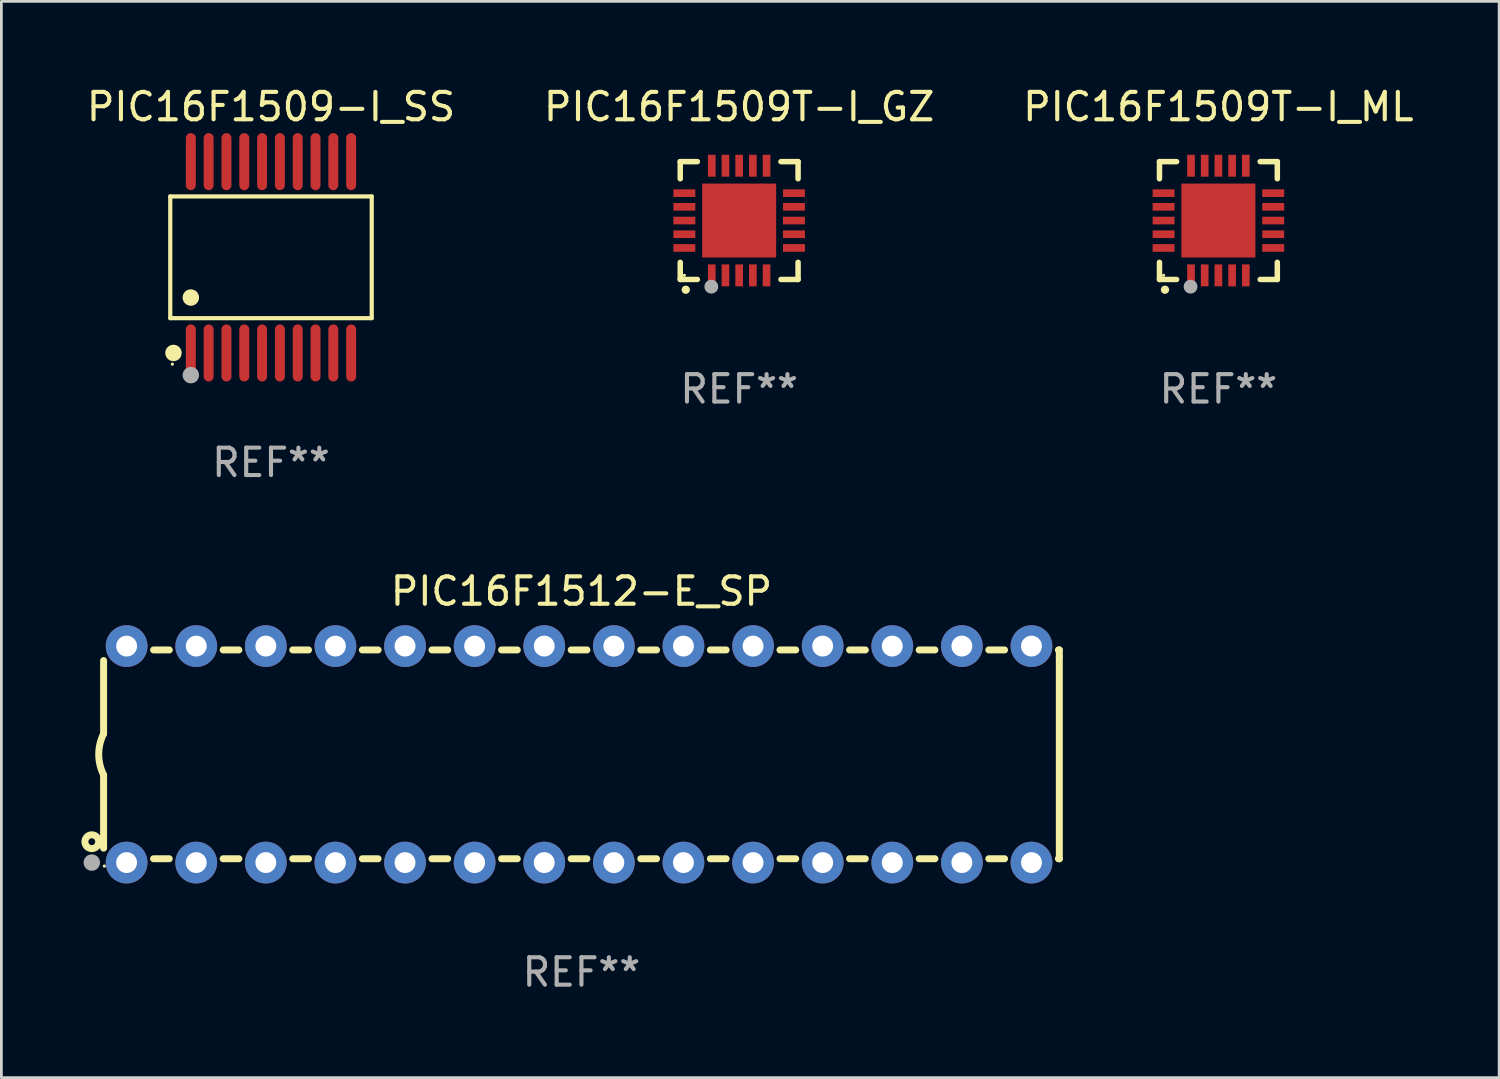
<source format=kicad_pcb>
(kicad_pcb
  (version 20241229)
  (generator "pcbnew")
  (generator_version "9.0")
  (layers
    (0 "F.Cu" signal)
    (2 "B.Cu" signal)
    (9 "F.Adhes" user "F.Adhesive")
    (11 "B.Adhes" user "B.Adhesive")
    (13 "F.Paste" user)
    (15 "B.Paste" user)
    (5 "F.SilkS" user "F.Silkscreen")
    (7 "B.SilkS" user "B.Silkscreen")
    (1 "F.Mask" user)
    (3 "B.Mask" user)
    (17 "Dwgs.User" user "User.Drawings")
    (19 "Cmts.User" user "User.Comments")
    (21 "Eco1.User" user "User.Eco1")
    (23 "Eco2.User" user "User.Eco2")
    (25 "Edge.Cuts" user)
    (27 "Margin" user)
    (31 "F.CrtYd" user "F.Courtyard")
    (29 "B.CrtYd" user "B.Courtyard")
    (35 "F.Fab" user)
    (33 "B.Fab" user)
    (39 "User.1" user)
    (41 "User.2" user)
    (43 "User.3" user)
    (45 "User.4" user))
  (footprint "PIC16F1509T-I_GZ"
    (layer "F.Cu")
    (at 23.923 4.998)
    (property "Reference" "PIC16F1509T-I_GZ" (at 0 -4.15 0) (layer "F.SilkS") (effects (font (size 1 1) (thickness 0.15))))
    (attr through_hole)
    (fp_line (start -2.15 -2.15) (end -2.15 -1.525) (stroke (width 0.2) (type solid)) (layer "F.SilkS"))
    (fp_line (start -2.15 2.15) (end -2.15 1.525) (stroke (width 0.2) (type solid)) (layer "F.SilkS"))
    (fp_line (start -1.525 -2.15) (end -2.15 -2.15) (stroke (width 0.2) (type solid)) (layer "F.SilkS"))
    (fp_line (start -1.525 2.15) (end -2.15 2.15) (stroke (width 0.2) (type solid)) (layer "F.SilkS"))
    (fp_line (start 1.525 2.15) (end 2.15 2.15) (stroke (width 0.2) (type solid)) (layer "F.SilkS"))
    (fp_line (start 2.15 -2.15) (end 1.525 -2.15) (stroke (width 0.2) (type solid)) (layer "F.SilkS"))
    (fp_line (start 2.15 -1.525) (end 2.15 -2.15) (stroke (width 0.2) (type solid)) (layer "F.SilkS"))
    (fp_line (start 2.15 2.15) (end 2.15 1.525) (stroke (width 0.2) (type solid)) (layer "F.SilkS"))
    (fp_arc (start -1.950724 2.524765) (mid -1.949454 2.52476) (end -1.948184 2.524765) (stroke (width 0.3) (type solid)) (layer "F.SilkS"))
    (fp_circle (center -2 2) (end -1.97 2) (stroke (width 0.06) (type solid)) (fill no) (layer "F.SilkS"))
    (fp_circle (center -1.016 2.413) (end -0.889 2.413) (stroke (width 0.254) (type solid)) (fill no) (layer "F.Fab"))
    (fp_text user "REF**" (at 0 6.15 0) (layer "F.Fab") (effects (font (size 1 1) (thickness 0.15))))
    (pad "1" smd rect (at -1 2 180) (size 0.28 0.8) (layers "F.Cu" "F.Mask" "F.Paste"))
    (pad "2" smd rect (at -0.5 2 180) (size 0.28 0.8) (layers "F.Cu" "F.Mask" "F.Paste"))
    (pad "3" smd rect (at 0 2 180) (size 0.28 0.8) (layers "F.Cu" "F.Mask" "F.Paste"))
    (pad "4" smd rect (at 0.5 2 180) (size 0.28 0.8) (layers "F.Cu" "F.Mask" "F.Paste"))
    (pad "5" smd rect (at 1 2 180) (size 0.28 0.8) (layers "F.Cu" "F.Mask" "F.Paste"))
    (pad "6" smd rect (at 2 1 90) (size 0.28 0.8) (layers "F.Cu" "F.Mask" "F.Paste"))
    (pad "7" smd rect (at 2 0.5 90) (size 0.28 0.8) (layers "F.Cu" "F.Mask" "F.Paste"))
    (pad "8" smd rect (at 2 0 90) (size 0.28 0.8) (layers "F.Cu" "F.Mask" "F.Paste"))
    (pad "9" smd rect (at 2 -0.5 90) (size 0.28 0.8) (layers "F.Cu" "F.Mask" "F.Paste"))
    (pad "10" smd rect (at 2 -1 90) (size 0.28 0.8) (layers "F.Cu" "F.Mask" "F.Paste"))
    (pad "11" smd rect (at 1 -2 180) (size 0.28 0.8) (layers "F.Cu" "F.Mask" "F.Paste"))
    (pad "12" smd rect (at 0.5 -2 180) (size 0.28 0.8) (layers "F.Cu" "F.Mask" "F.Paste"))
    (pad "13" smd rect (at 0 -2 180) (size 0.28 0.8) (layers "F.Cu" "F.Mask" "F.Paste"))
    (pad "14" smd rect (at -0.5 -2 180) (size 0.28 0.8) (layers "F.Cu" "F.Mask" "F.Paste"))
    (pad "15" smd rect (at -1 -2 180) (size 0.28 0.8) (layers "F.Cu" "F.Mask" "F.Paste"))
    (pad "16" smd rect (at -2 -1 90) (size 0.28 0.8) (layers "F.Cu" "F.Mask" "F.Paste"))
    (pad "17" smd rect (at -2 -0.5 90) (size 0.28 0.8) (layers "F.Cu" "F.Mask" "F.Paste"))
    (pad "18" smd rect (at -2 0 90) (size 0.28 0.8) (layers "F.Cu" "F.Mask" "F.Paste"))
    (pad "19" smd rect (at -2 0.5 90) (size 0.28 0.8) (layers "F.Cu" "F.Mask" "F.Paste"))
    (pad "20" smd rect (at -2 1 90) (size 0.28 0.8) (layers "F.Cu" "F.Mask" "F.Paste"))
    (pad "21" smd rect (at 0 0 90) (size 2.7 2.7) (layers "F.Cu" "F.Mask" "F.Paste")))
  (footprint "PIC16F1512-E_SP"
    (layer "F.Cu")
    (at 18.168 24.477)
    (property "Reference" "PIC16F1512-E_SP" (at 0 -5.95 0) (layer "F.SilkS") (effects (font (size 1 1) (thickness 0.15))))
    (attr through_hole)
    (fp_line (start -17.438 0.75) (end -17.438 3.423) (stroke (width 0.254) (type solid)) (layer "F.SilkS"))
    (fp_line (start -17.438 -3.423) (end -17.438 -0.75) (stroke (width 0.254) (type solid)) (layer "F.SilkS"))
    (fp_line (start -15.615 3.81) (end -15.041 3.81) (stroke (width 0.254) (type solid)) (layer "F.SilkS"))
    (fp_line (start -15.041 -3.81) (end -15.614 -3.81) (stroke (width 0.254) (type solid)) (layer "F.SilkS"))
    (fp_line (start -13.075 3.81) (end -12.501 3.81) (stroke (width 0.254) (type solid)) (layer "F.SilkS"))
    (fp_line (start -12.501 -3.81) (end -13.074 -3.81) (stroke (width 0.254) (type solid)) (layer "F.SilkS"))
    (fp_line (start -10.535 3.81) (end -9.961 3.81) (stroke (width 0.254) (type solid)) (layer "F.SilkS"))
    (fp_line (start -9.961 -3.81) (end -10.534 -3.81) (stroke (width 0.254) (type solid)) (layer "F.SilkS"))
    (fp_line (start -7.995 3.81) (end -7.421 3.81) (stroke (width 0.254) (type solid)) (layer "F.SilkS"))
    (fp_line (start -7.421 -3.81) (end -7.995 -3.81) (stroke (width 0.254) (type solid)) (layer "F.SilkS"))
    (fp_line (start -5.455 3.81) (end -4.881 3.81) (stroke (width 0.254) (type solid)) (layer "F.SilkS"))
    (fp_line (start -4.881 -3.81) (end -5.455 -3.81) (stroke (width 0.254) (type solid)) (layer "F.SilkS"))
    (fp_line (start -2.915 3.81) (end -2.341 3.81) (stroke (width 0.254) (type solid)) (layer "F.SilkS"))
    (fp_line (start -2.341 -3.81) (end -2.915 -3.81) (stroke (width 0.254) (type solid)) (layer "F.SilkS"))
    (fp_line (start -0.375 3.81) (end 0.199 3.81) (stroke (width 0.254) (type solid)) (layer "F.SilkS"))
    (fp_line (start 0.199 -3.81) (end -0.375 -3.81) (stroke (width 0.254) (type solid)) (layer "F.SilkS"))
    (fp_line (start 2.165 3.81) (end 2.739 3.81) (stroke (width 0.254) (type solid)) (layer "F.SilkS"))
    (fp_line (start 2.739 -3.81) (end 2.165 -3.81) (stroke (width 0.254) (type solid)) (layer "F.SilkS"))
    (fp_line (start 4.705 3.81) (end 5.279 3.81) (stroke (width 0.254) (type solid)) (layer "F.SilkS"))
    (fp_line (start 5.279 -3.81) (end 4.705 -3.81) (stroke (width 0.254) (type solid)) (layer "F.SilkS"))
    (fp_line (start 7.245 3.81) (end 7.819 3.81) (stroke (width 0.254) (type solid)) (layer "F.SilkS"))
    (fp_line (start 7.819 -3.81) (end 7.245 -3.81) (stroke (width 0.254) (type solid)) (layer "F.SilkS"))
    (fp_line (start 9.785 3.81) (end 10.359 3.81) (stroke (width 0.254) (type solid)) (layer "F.SilkS"))
    (fp_line (start 10.359 -3.81) (end 9.785 -3.81) (stroke (width 0.254) (type solid)) (layer "F.SilkS"))
    (fp_line (start 12.325 3.81) (end 12.899 3.81) (stroke (width 0.254) (type solid)) (layer "F.SilkS"))
    (fp_line (start 12.899 -3.81) (end 12.325 -3.81) (stroke (width 0.254) (type solid)) (layer "F.SilkS"))
    (fp_line (start 14.865 3.81) (end 15.439 3.81) (stroke (width 0.254) (type solid)) (layer "F.SilkS"))
    (fp_line (start 15.439 -3.81) (end 14.865 -3.81) (stroke (width 0.254) (type solid)) (layer "F.SilkS"))
    (fp_line (start 17.405 3.81) (end 17.438 3.81) (stroke (width 0.254) (type solid)) (layer "F.SilkS"))
    (fp_line (start 17.438 -3.81) (end 17.405 -3.81) (stroke (width 0.254) (type solid)) (layer "F.SilkS"))
    (fp_line (start 17.438 -3.556) (end 17.438 -3.81) (stroke (width 0.254) (type solid)) (layer "F.SilkS"))
    (fp_line (start 17.438 3.81) (end 17.438 -3.556) (stroke (width 0.254) (type solid)) (layer "F.SilkS"))
    (fp_arc (start -17.437986 0.749657) (mid -17.614887 -0.000024) (end -17.437783 -0.749657) (stroke (width 0.254001) (type solid)) (layer "F.SilkS"))
    (fp_circle (center -17.868 3.188) (end -17.743 3.188) (stroke (width 0.254) (type solid)) (fill no) (layer "F.SilkS"))
    (fp_circle (center -17.411 4.077) (end -17.381 4.077) (stroke (width 0.06) (type solid)) (fill no) (layer "F.SilkS"))
    (fp_circle (center -17.868 3.95) (end -17.718 3.95) (stroke (width 0.3) (type solid)) (fill no) (layer "F.Fab"))
    (fp_text user "REF**" (at 0 7.95 0) (layer "F.Fab") (effects (font (size 1 1) (thickness 0.15))))
    (pad "1" thru_hole circle (at -16.598 3.95) (size 1.524 1.524) (drill 0.762) (layers "*.Cu" "*.Mask"))
    (pad "2" thru_hole circle (at -14.058 3.95) (size 1.524 1.524) (drill 0.762) (layers "*.Cu" "*.Mask"))
    (pad "3" thru_hole circle (at -11.518 3.95) (size 1.524 1.524) (drill 0.762) (layers "*.Cu" "*.Mask"))
    (pad "4" thru_hole circle (at -8.978 3.95) (size 1.524 1.524) (drill 0.762) (layers "*.Cu" "*.Mask"))
    (pad "5" thru_hole circle (at -6.438 3.95) (size 1.524 1.524) (drill 0.762) (layers "*.Cu" "*.Mask"))
    (pad "6" thru_hole circle (at -3.898 3.95) (size 1.524 1.524) (drill 0.762) (layers "*.Cu" "*.Mask"))
    (pad "7" thru_hole circle (at -1.358 3.95) (size 1.524 1.524) (drill 0.762) (layers "*.Cu" "*.Mask"))
    (pad "8" thru_hole circle (at 1.182 3.95) (size 1.524 1.524) (drill 0.762) (layers "*.Cu" "*.Mask"))
    (pad "9" thru_hole circle (at 3.722 3.95) (size 1.524 1.524) (drill 0.762) (layers "*.Cu" "*.Mask"))
    (pad "10" thru_hole circle (at 6.262 3.95) (size 1.524 1.524) (drill 0.762) (layers "*.Cu" "*.Mask"))
    (pad "11" thru_hole circle (at 8.802 3.95) (size 1.524 1.524) (drill 0.762) (layers "*.Cu" "*.Mask"))
    (pad "12" thru_hole circle (at 11.342 3.95) (size 1.524 1.524) (drill 0.762) (layers "*.Cu" "*.Mask"))
    (pad "13" thru_hole circle (at 13.882 3.95) (size 1.524 1.524) (drill 0.762) (layers "*.Cu" "*.Mask"))
    (pad "14" thru_hole circle (at 16.422 3.95) (size 1.524 1.524) (drill 0.762) (layers "*.Cu" "*.Mask"))
    (pad "15" thru_hole circle (at 16.422 -3.95) (size 1.524 1.524) (drill 0.762) (layers "*.Cu" "*.Mask"))
    (pad "16" thru_hole circle (at 13.882 -3.95) (size 1.524 1.524) (drill 0.762) (layers "*.Cu" "*.Mask"))
    (pad "17" thru_hole circle (at 11.342 -3.95) (size 1.524 1.524) (drill 0.762) (layers "*.Cu" "*.Mask"))
    (pad "18" thru_hole circle (at 8.802 -3.95) (size 1.524 1.524) (drill 0.762) (layers "*.Cu" "*.Mask"))
    (pad "19" thru_hole circle (at 6.262 -3.95) (size 1.524 1.524) (drill 0.762) (layers "*.Cu" "*.Mask"))
    (pad "20" thru_hole circle (at 3.722 -3.95) (size 1.524 1.524) (drill 0.762) (layers "*.Cu" "*.Mask"))
    (pad "21" thru_hole circle (at 1.182 -3.95) (size 1.524 1.524) (drill 0.762) (layers "*.Cu" "*.Mask"))
    (pad "22" thru_hole circle (at -1.358 -3.95) (size 1.524 1.524) (drill 0.762) (layers "*.Cu" "*.Mask"))
    (pad "23" thru_hole circle (at -3.898 -3.95) (size 1.524 1.524) (drill 0.762) (layers "*.Cu" "*.Mask"))
    (pad "24" thru_hole circle (at -6.438 -3.95) (size 1.524 1.524) (drill 0.762) (layers "*.Cu" "*.Mask"))
    (pad "25" thru_hole circle (at -8.978 -3.95) (size 1.524 1.524) (drill 0.762) (layers "*.Cu" "*.Mask"))
    (pad "26" thru_hole circle (at -11.517 -3.95) (size 1.524 1.524) (drill 0.762) (layers "*.Cu" "*.Mask"))
    (pad "27" thru_hole circle (at -14.057 -3.95) (size 1.524 1.524) (drill 0.762) (layers "*.Cu" "*.Mask"))
    (pad "28" thru_hole circle (at -16.597 -3.95) (size 1.524 1.524) (drill 0.762) (layers "*.Cu" "*.Mask")))
  (footprint "PIC16F1509T-I_ML"
    (layer "F.Cu")
    (at 41.411 4.998)
    (property "Reference" "PIC16F1509T-I_ML" (at 0 -4.15 0) (layer "F.SilkS") (effects (font (size 1 1) (thickness 0.15))))
    (attr through_hole)
    (fp_line (start -2.15 -2.15) (end -2.15 -1.525) (stroke (width 0.2) (type solid)) (layer "F.SilkS"))
    (fp_line (start -2.15 2.15) (end -2.15 1.525) (stroke (width 0.2) (type solid)) (layer "F.SilkS"))
    (fp_line (start -1.525 -2.15) (end -2.15 -2.15) (stroke (width 0.2) (type solid)) (layer "F.SilkS"))
    (fp_line (start -1.525 2.15) (end -2.15 2.15) (stroke (width 0.2) (type solid)) (layer "F.SilkS"))
    (fp_line (start 1.525 2.15) (end 2.15 2.15) (stroke (width 0.2) (type solid)) (layer "F.SilkS"))
    (fp_line (start 2.15 -2.15) (end 1.525 -2.15) (stroke (width 0.2) (type solid)) (layer "F.SilkS"))
    (fp_line (start 2.15 -1.525) (end 2.15 -2.15) (stroke (width 0.2) (type solid)) (layer "F.SilkS"))
    (fp_line (start 2.15 2.15) (end 2.15 1.525) (stroke (width 0.2) (type solid)) (layer "F.SilkS"))
    (fp_arc (start -1.950724 2.524765) (mid -1.949454 2.52476) (end -1.948184 2.524765) (stroke (width 0.3) (type solid)) (layer "F.SilkS"))
    (fp_circle (center -2 2) (end -1.97 2) (stroke (width 0.06) (type solid)) (fill no) (layer "F.SilkS"))
    (fp_circle (center -1.016 2.413) (end -0.889 2.413) (stroke (width 0.254) (type solid)) (fill no) (layer "F.Fab"))
    (fp_text user "REF**" (at 0 6.15 0) (layer "F.Fab") (effects (font (size 1 1) (thickness 0.15))))
    (pad "1" smd rect (at -1 2) (size 0.28 0.8) (layers "F.Cu" "F.Mask" "F.Paste"))
    (pad "2" smd rect (at -0.5 2) (size 0.28 0.8) (layers "F.Cu" "F.Mask" "F.Paste"))
    (pad "3" smd rect (at 0 2) (size 0.28 0.8) (layers "F.Cu" "F.Mask" "F.Paste"))
    (pad "4" smd rect (at 0.5 2) (size 0.28 0.8) (layers "F.Cu" "F.Mask" "F.Paste"))
    (pad "5" smd rect (at 1 2) (size 0.28 0.8) (layers "F.Cu" "F.Mask" "F.Paste"))
    (pad "6" smd rect (at 2 1) (size 0.8 0.28) (layers "F.Cu" "F.Mask" "F.Paste"))
    (pad "7" smd rect (at 2 0.5) (size 0.8 0.28) (layers "F.Cu" "F.Mask" "F.Paste"))
    (pad "8" smd rect (at 2 0) (size 0.8 0.28) (layers "F.Cu" "F.Mask" "F.Paste"))
    (pad "9" smd rect (at 2 -0.5) (size 0.8 0.28) (layers "F.Cu" "F.Mask" "F.Paste"))
    (pad "10" smd rect (at 2 -1) (size 0.8 0.28) (layers "F.Cu" "F.Mask" "F.Paste"))
    (pad "11" smd rect (at 1 -2) (size 0.28 0.8) (layers "F.Cu" "F.Mask" "F.Paste"))
    (pad "12" smd rect (at 0.5 -2) (size 0.28 0.8) (layers "F.Cu" "F.Mask" "F.Paste"))
    (pad "13" smd rect (at 0 -2) (size 0.28 0.8) (layers "F.Cu" "F.Mask" "F.Paste"))
    (pad "14" smd rect (at -0.5 -2) (size 0.28 0.8) (layers "F.Cu" "F.Mask" "F.Paste"))
    (pad "15" smd rect (at -1 -2) (size 0.28 0.8) (layers "F.Cu" "F.Mask" "F.Paste"))
    (pad "16" smd rect (at -2 -1) (size 0.8 0.28) (layers "F.Cu" "F.Mask" "F.Paste"))
    (pad "17" smd rect (at -2 -0.5) (size 0.8 0.28) (layers "F.Cu" "F.Mask" "F.Paste"))
    (pad "18" smd rect (at -2 0) (size 0.8 0.28) (layers "F.Cu" "F.Mask" "F.Paste"))
    (pad "19" smd rect (at -2 0.5) (size 0.8 0.28) (layers "F.Cu" "F.Mask" "F.Paste"))
    (pad "20" smd rect (at -2 1) (size 0.8 0.28) (layers "F.Cu" "F.Mask" "F.Paste"))
    (pad "21" smd rect (at 0 0) (size 2.7 2.7) (layers "F.Cu" "F.Mask" "F.Paste")))
  (footprint "PIC16F1509-I_SS"
    (layer "F.Cu")
    (at 6.839 6.339)
    (property "Reference" "PIC16F1509-I_SS" (at 0 -5.491 0) (layer "F.SilkS") (effects (font (size 1 1) (thickness 0.15))))
    (attr through_hole)
    (fp_line (start -3.676 -2.221) (end 3.676 -2.221) (stroke (width 0.152) (type solid)) (layer "F.SilkS"))
    (fp_line (start -3.676 2.221) (end -3.676 -2.221) (stroke (width 0.152) (type solid)) (layer "F.SilkS"))
    (fp_line (start 3.676 -2.221) (end 3.676 2.221) (stroke (width 0.152) (type solid)) (layer "F.SilkS"))
    (fp_line (start 3.676 2.221) (end -3.676 2.221) (stroke (width 0.152) (type solid)) (layer "F.SilkS"))
    (fp_circle (center -3.6 3.9) (end -3.57 3.9) (stroke (width 0.06) (type solid)) (fill no) (layer "F.SilkS"))
    (fp_circle (center -3.559 3.491) (end -3.409 3.491) (stroke (width 0.3) (type solid)) (fill no) (layer "F.SilkS"))
    (fp_circle (center -2.925 1.469) (end -2.775 1.469) (stroke (width 0.3) (type solid)) (fill no) (layer "F.SilkS"))
    (fp_circle (center -2.925 4.3) (end -2.775 4.3) (stroke (width 0.3) (type solid)) (fill no) (layer "F.Fab"))
    (fp_text user "REF**" (at 0 7.491 0) (layer "F.Fab") (effects (font (size 1 1) (thickness 0.15))))
    (pad "1" smd oval (at -2.925 3.491) (size 0.364 2.082) (layers "F.Cu" "F.Mask" "F.Paste"))
    (pad "2" smd oval (at -2.275 3.491) (size 0.364 2.082) (layers "F.Cu" "F.Mask" "F.Paste"))
    (pad "3" smd oval (at -1.625 3.491) (size 0.364 2.082) (layers "F.Cu" "F.Mask" "F.Paste"))
    (pad "4" smd oval (at -0.975 3.491) (size 0.364 2.082) (layers "F.Cu" "F.Mask" "F.Paste"))
    (pad "5" smd oval (at -0.325 3.491) (size 0.364 2.082) (layers "F.Cu" "F.Mask" "F.Paste"))
    (pad "6" smd oval (at 0.325 3.491) (size 0.364 2.082) (layers "F.Cu" "F.Mask" "F.Paste"))
    (pad "7" smd oval (at 0.975 3.491) (size 0.364 2.082) (layers "F.Cu" "F.Mask" "F.Paste"))
    (pad "8" smd oval (at 1.625 3.491) (size 0.364 2.082) (layers "F.Cu" "F.Mask" "F.Paste"))
    (pad "9" smd oval (at 2.275 3.491) (size 0.364 2.082) (layers "F.Cu" "F.Mask" "F.Paste"))
    (pad "10" smd oval (at 2.925 3.491) (size 0.364 2.082) (layers "F.Cu" "F.Mask" "F.Paste"))
    (pad "11" smd oval (at 2.925 -3.491) (size 0.364 2.082) (layers "F.Cu" "F.Mask" "F.Paste"))
    (pad "12" smd oval (at 2.275 -3.491) (size 0.364 2.082) (layers "F.Cu" "F.Mask" "F.Paste"))
    (pad "13" smd oval (at 1.625 -3.491) (size 0.364 2.082) (layers "F.Cu" "F.Mask" "F.Paste"))
    (pad "14" smd oval (at 0.975 -3.491) (size 0.364 2.082) (layers "F.Cu" "F.Mask" "F.Paste"))
    (pad "15" smd oval (at 0.325 -3.491) (size 0.364 2.082) (layers "F.Cu" "F.Mask" "F.Paste"))
    (pad "16" smd oval (at -0.325 -3.491) (size 0.364 2.082) (layers "F.Cu" "F.Mask" "F.Paste"))
    (pad "17" smd oval (at -0.975 -3.491) (size 0.364 2.082) (layers "F.Cu" "F.Mask" "F.Paste"))
    (pad "18" smd oval (at -1.625 -3.491) (size 0.364 2.082) (layers "F.Cu" "F.Mask" "F.Paste"))
    (pad "19" smd oval (at -2.275 -3.491) (size 0.364 2.082) (layers "F.Cu" "F.Mask" "F.Paste"))
    (pad "20" smd oval (at -2.925 -3.491) (size 0.364 2.082) (layers "F.Cu" "F.Mask" "F.Paste")))
  (gr_rect
    (start -3 -3)
    (end 51.655 36.275)
    (stroke (width 0.1) (type default))
    (fill no)
    (layer "Edge.Cuts")))
</source>
